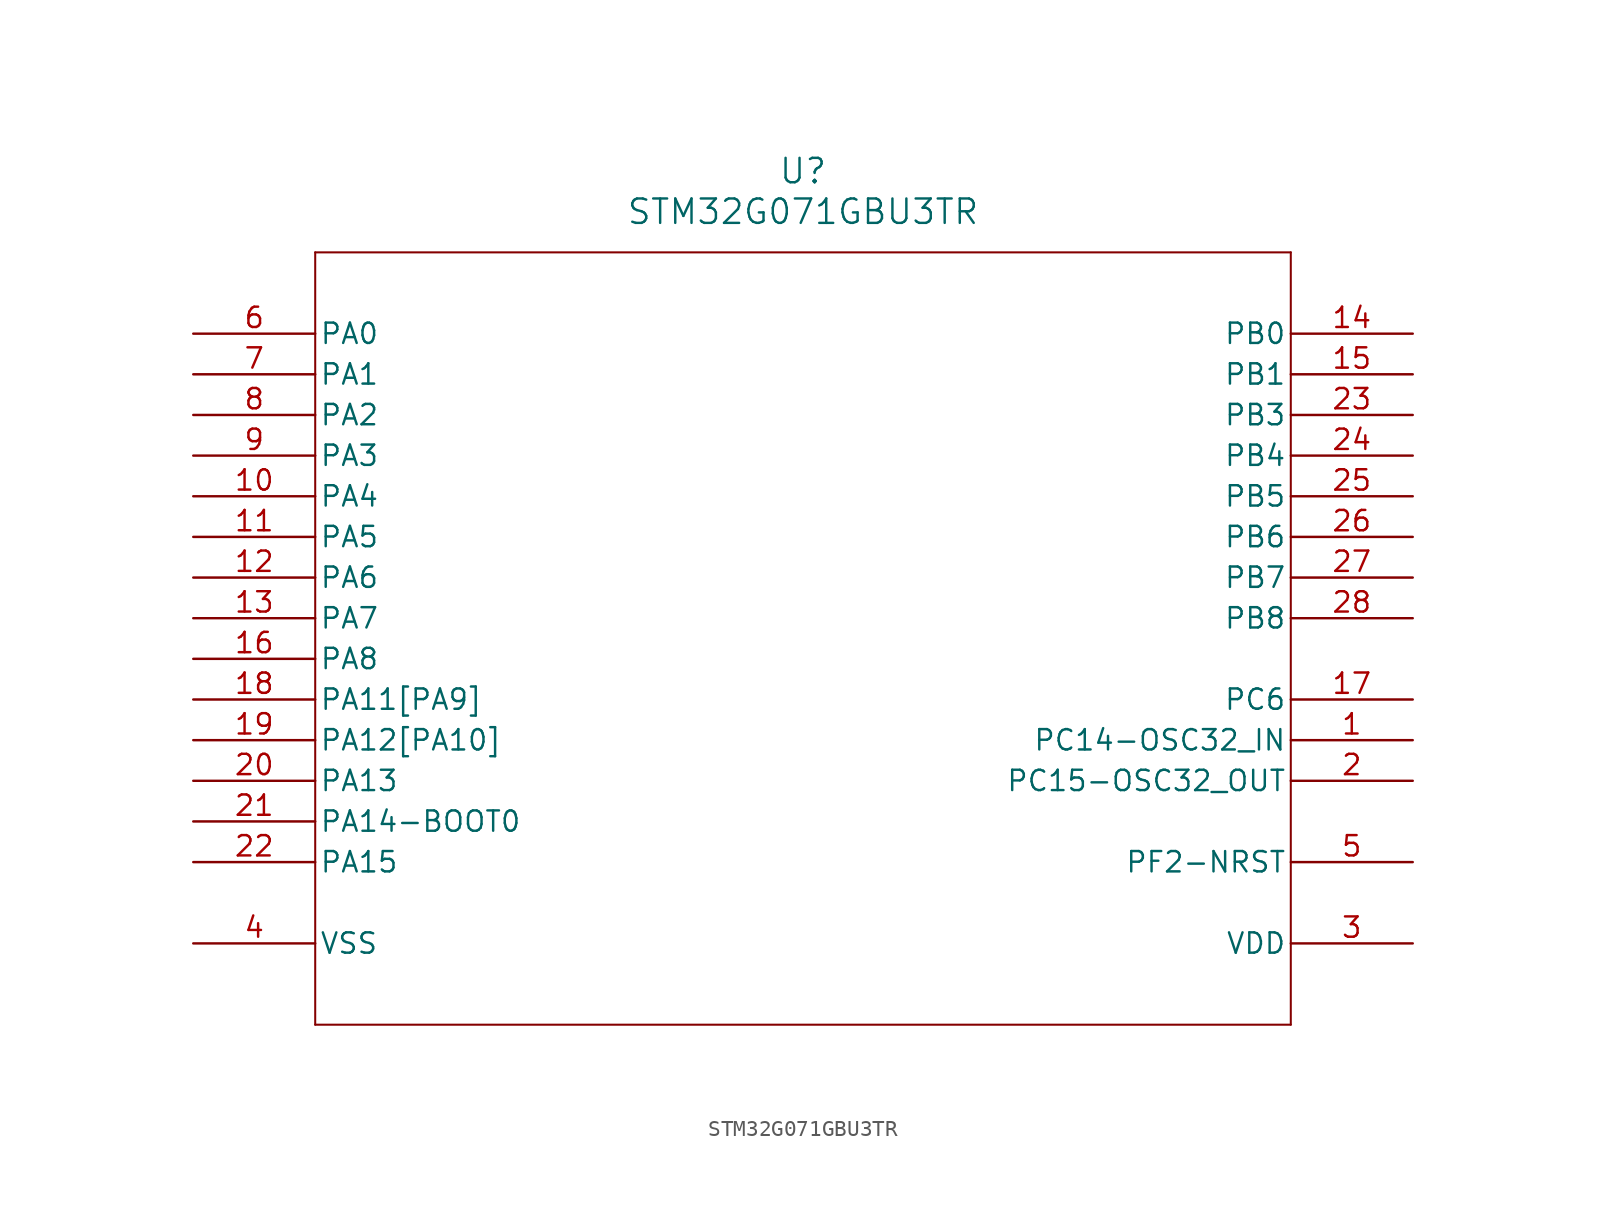
<source format=kicad_sym>
(kicad_symbol_lib
  (version 20211014)
  (generator kicad_symbol_editor)
  (symbol "STM32G071GBU3TR"
    (pin_names
      (offset 0.254))
    (property "Reference" "U"
      (at 38.1 10.16 0)
      (effects (font (size 1.524 1.524))))
    (property "Value" "STM32G071GBU3TR"
      (at 38.1 7.62 0)
      (effects (font (size 1.524 1.524))))
    (symbol "STM32G071GBU3TR_0_1"
      (polyline (pts (xy 7.62 5.08) (xy 7.62 -43.18)) (stroke (width 0.127) (type default) (color 0 0 0 0)) (fill (type none)))
      (polyline (pts (xy 7.62 -43.18) (xy 68.58 -43.18)) (stroke (width 0.127) (type default) (color 0 0 0 0)) (fill (type none)))
      (polyline (pts (xy 68.58 -43.18) (xy 68.58 5.08)) (stroke (width 0.127) (type default) (color 0 0 0 0)) (fill (type none)))
      (polyline (pts (xy 68.58 5.08) (xy 7.62 5.08)) (stroke (width 0.127) (type default) (color 0 0 0 0)) (fill (type none)))
      (pin bidirectional line (at 76.2 -25.4 180) (length 7.62) (name "PC14-OSC32_IN" (effects (font (size 1.27 1.27)))) (number "1" (effects (font (size 1.27 1.27)))))
      (pin bidirectional line (at 76.2 -27.94 180) (length 7.62) (name "PC15-OSC32_OUT" (effects (font (size 1.27 1.27)))) (number "2" (effects (font (size 1.27 1.27)))))
      (pin power_in line (at 76.2 -38.1 180) (length 7.62) (name "VDD" (effects (font (size 1.27 1.27)))) (number "3" (effects (font (size 1.27 1.27)))))
      (pin power_in line (at 0 -38.1 0) (length 7.62) (name "VSS" (effects (font (size 1.27 1.27)))) (number "4" (effects (font (size 1.27 1.27)))))
      (pin bidirectional line (at 76.2 -33.02 180) (length 7.62) (name "PF2-NRST" (effects (font (size 1.27 1.27)))) (number "5" (effects (font (size 1.27 1.27)))))
      (pin bidirectional line (at 0 0 0) (length 7.62) (name "PA0" (effects (font (size 1.27 1.27)))) (number "6" (effects (font (size 1.27 1.27)))))
      (pin bidirectional line (at 0 -2.54 0) (length 7.62) (name "PA1" (effects (font (size 1.27 1.27)))) (number "7" (effects (font (size 1.27 1.27)))))
      (pin bidirectional line (at 0 -5.08 0) (length 7.62) (name "PA2" (effects (font (size 1.27 1.27)))) (number "8" (effects (font (size 1.27 1.27)))))
      (pin bidirectional line (at 0 -7.62 0) (length 7.62) (name "PA3" (effects (font (size 1.27 1.27)))) (number "9" (effects (font (size 1.27 1.27)))))
      (pin bidirectional line (at 0 -10.16 0) (length 7.62) (name "PA4" (effects (font (size 1.27 1.27)))) (number "10" (effects (font (size 1.27 1.27)))))
      (pin bidirectional line (at 0 -12.7 0) (length 7.62) (name "PA5" (effects (font (size 1.27 1.27)))) (number "11" (effects (font (size 1.27 1.27)))))
      (pin bidirectional line (at 0 -15.24 0) (length 7.62) (name "PA6" (effects (font (size 1.27 1.27)))) (number "12" (effects (font (size 1.27 1.27)))))
      (pin bidirectional line (at 0 -17.78 0) (length 7.62) (name "PA7" (effects (font (size 1.27 1.27)))) (number "13" (effects (font (size 1.27 1.27)))))
      (pin bidirectional line (at 76.2 0 180) (length 7.62) (name "PB0" (effects (font (size 1.27 1.27)))) (number "14" (effects (font (size 1.27 1.27)))))
      (pin bidirectional line (at 76.2 -2.54 180) (length 7.62) (name "PB1" (effects (font (size 1.27 1.27)))) (number "15" (effects (font (size 1.27 1.27)))))
      (pin bidirectional line (at 0 -20.32 0) (length 7.62) (name "PA8" (effects (font (size 1.27 1.27)))) (number "16" (effects (font (size 1.27 1.27)))))
      (pin bidirectional line (at 76.2 -22.86 180) (length 7.62) (name "PC6" (effects (font (size 1.27 1.27)))) (number "17" (effects (font (size 1.27 1.27)))))
      (pin bidirectional line (at 0 -22.86 0) (length 7.62) (name "PA11[PA9]" (effects (font (size 1.27 1.27)))) (number "18" (effects (font (size 1.27 1.27)))))
      (pin bidirectional line (at 0 -25.4 0) (length 7.62) (name "PA12[PA10]" (effects (font (size 1.27 1.27)))) (number "19" (effects (font (size 1.27 1.27)))))
      (pin bidirectional line (at 0 -27.94 0) (length 7.62) (name "PA13" (effects (font (size 1.27 1.27)))) (number "20" (effects (font (size 1.27 1.27)))))
      (pin bidirectional line (at 0 -30.48 0) (length 7.62) (name "PA14-BOOT0" (effects (font (size 1.27 1.27)))) (number "21" (effects (font (size 1.27 1.27)))))
      (pin bidirectional line (at 0 -33.02 0) (length 7.62) (name "PA15" (effects (font (size 1.27 1.27)))) (number "22" (effects (font (size 1.27 1.27)))))
      (pin bidirectional line (at 76.2 -5.08 180) (length 7.62) (name "PB3" (effects (font (size 1.27 1.27)))) (number "23" (effects (font (size 1.27 1.27)))))
      (pin bidirectional line (at 76.2 -7.62 180) (length 7.62) (name "PB4" (effects (font (size 1.27 1.27)))) (number "24" (effects (font (size 1.27 1.27)))))
      (pin bidirectional line (at 76.2 -10.16 180) (length 7.62) (name "PB5" (effects (font (size 1.27 1.27)))) (number "25" (effects (font (size 1.27 1.27)))))
      (pin bidirectional line (at 76.2 -12.7 180) (length 7.62) (name "PB6" (effects (font (size 1.27 1.27)))) (number "26" (effects (font (size 1.27 1.27)))))
      (pin bidirectional line (at 76.2 -15.24 180) (length 7.62) (name "PB7" (effects (font (size 1.27 1.27)))) (number "27" (effects (font (size 1.27 1.27)))))
      (pin bidirectional line (at 76.2 -17.78 180) (length 7.62) (name "PB8" (effects (font (size 1.27 1.27)))) (number "28" (effects (font (size 1.27 1.27))))))))
</source>
